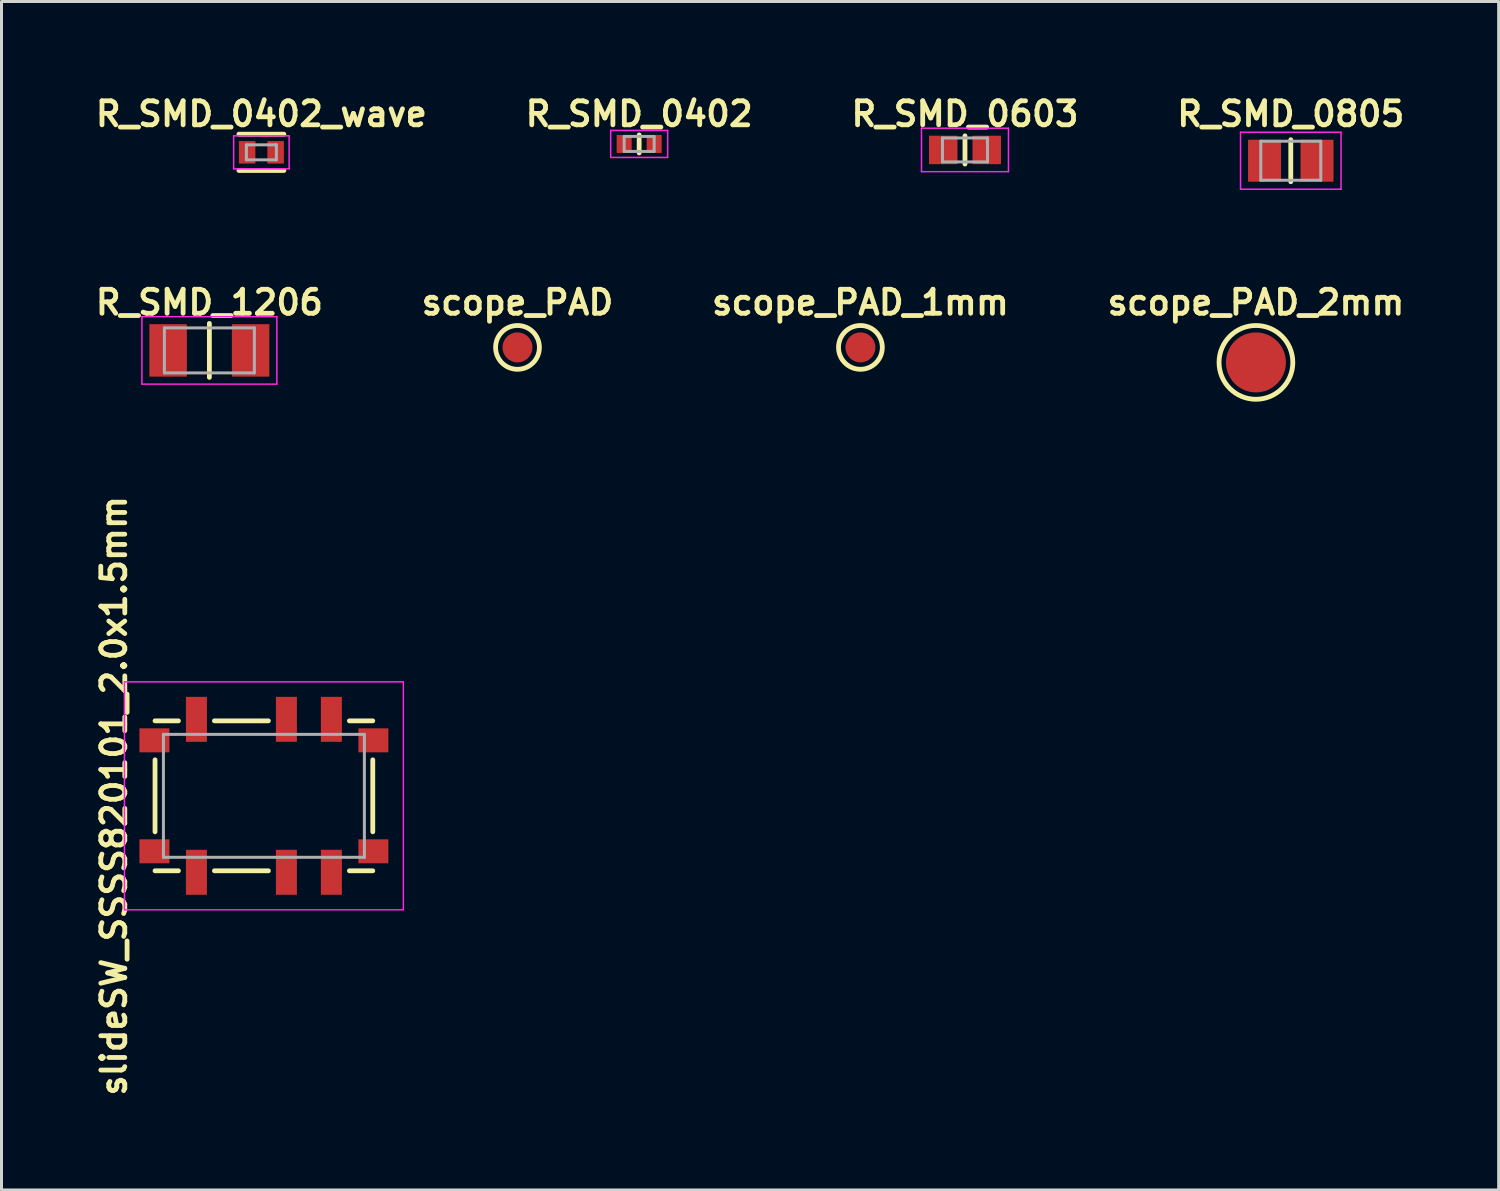
<source format=kicad_pcb>
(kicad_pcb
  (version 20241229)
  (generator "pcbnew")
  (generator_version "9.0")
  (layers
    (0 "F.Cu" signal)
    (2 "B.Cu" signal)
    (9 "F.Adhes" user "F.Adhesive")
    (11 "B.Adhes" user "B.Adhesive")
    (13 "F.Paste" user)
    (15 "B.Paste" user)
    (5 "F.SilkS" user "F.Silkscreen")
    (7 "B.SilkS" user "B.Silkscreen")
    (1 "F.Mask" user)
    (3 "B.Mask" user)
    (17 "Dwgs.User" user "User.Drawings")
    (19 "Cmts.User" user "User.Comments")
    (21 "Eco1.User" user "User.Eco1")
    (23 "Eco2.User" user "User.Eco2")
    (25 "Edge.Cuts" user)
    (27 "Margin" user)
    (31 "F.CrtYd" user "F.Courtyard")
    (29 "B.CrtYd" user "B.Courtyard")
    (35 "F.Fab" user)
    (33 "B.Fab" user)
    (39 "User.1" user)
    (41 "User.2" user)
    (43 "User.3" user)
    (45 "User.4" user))
  (footprint "R_SMD_0402_wave"
    (layer "F.Cu")
    (at 5.19 2.029)
    (property "Reference" "R_SMD_0402_wave" (at 0.475 -1.28 0) (layer "F.SilkS") (effects (font (size 0.8 0.8) (thickness 0.16))))
    (attr through_hole)
    (fp_line (start -0.275 -0.605) (end 1.225 -0.605) (stroke (width 0.16) (type solid)) (layer "F.SilkS"))
    (fp_line (start -0.275 0.605) (end 1.225 0.605) (stroke (width 0.16) (type solid)) (layer "F.SilkS"))
    (fp_line (start -0.45 -0.55) (end 1.4 -0.55) (stroke (width 0.05) (type solid)) (layer "F.CrtYd"))
    (fp_line (start -0.45 0.55) (end -0.45 -0.55) (stroke (width 0.05) (type solid)) (layer "F.CrtYd"))
    (fp_line (start -0.45 0.55) (end 1.4 0.55) (stroke (width 0.05) (type solid)) (layer "F.CrtYd"))
    (fp_line (start 1.4 0.55) (end 1.4 -0.55) (stroke (width 0.05) (type solid)) (layer "F.CrtYd"))
    (fp_line (start -0.025 -0.25) (end 0.975 -0.25) (stroke (width 0.1) (type solid)) (layer "F.Fab"))
    (fp_line (start -0.025 0.25) (end -0.025 -0.25) (stroke (width 0.1) (type solid)) (layer "F.Fab"))
    (fp_line (start -0.025 0.25) (end 0.975 0.25) (stroke (width 0.1) (type solid)) (layer "F.Fab"))
    (fp_line (start 0.975 0.25) (end 0.975 -0.25) (stroke (width 0.1) (type solid)) (layer "F.Fab"))
    (pad "1" smd rect (at 0 0) (size 0.55 0.75) (layers "F.Cu" "F.Mask" "F.Paste"))
    (pad "2" smd rect (at 0.95 0) (size 0.55 0.75) (layers "F.Cu" "F.Mask" "F.Paste")))
  (footprint "R_SMD_0402"
    (layer "F.Cu")
    (at 18.261 1.749)
    (property "Reference" "R_SMD_0402" (at 0 -1 0) (layer "F.SilkS") (effects (font (size 0.8 0.8) (thickness 0.16))))
    (attr through_hole)
    (fp_line (start 0 -0.3) (end 0 0.3) (stroke (width 0.16) (type solid)) (layer "F.SilkS"))
    (fp_line (start -0.95 -0.45) (end 0.95 -0.45) (stroke (width 0.05) (type solid)) (layer "F.CrtYd"))
    (fp_line (start -0.95 0.45) (end -0.95 -0.45) (stroke (width 0.05) (type solid)) (layer "F.CrtYd"))
    (fp_line (start -0.95 0.45) (end 0.95 0.45) (stroke (width 0.05) (type solid)) (layer "F.CrtYd"))
    (fp_line (start 0.95 0.45) (end 0.95 -0.45) (stroke (width 0.05) (type solid)) (layer "F.CrtYd"))
    (fp_line (start -0.5 -0.25) (end 0.5 -0.25) (stroke (width 0.1) (type solid)) (layer "F.Fab"))
    (fp_line (start -0.5 0.25) (end -0.5 -0.25) (stroke (width 0.1) (type solid)) (layer "F.Fab"))
    (fp_line (start -0.5 0.25) (end 0.5 0.25) (stroke (width 0.1) (type solid)) (layer "F.Fab"))
    (fp_line (start 0.5 0.25) (end 0.5 -0.25) (stroke (width 0.1) (type solid)) (layer "F.Fab"))
    (pad "1" smd rect (at -0.5 0) (size 0.5 0.6) (layers "F.Cu" "F.Mask" "F.Paste"))
    (pad "2" smd rect (at 0.5 0) (size 0.5 0.6) (layers "F.Cu" "F.Mask" "F.Paste")))
  (footprint "R_SMD_0805"
    (layer "F.Cu")
    (at 39.987 2.309)
    (property "Reference" "R_SMD_0805" (at 0 -1.56 0) (layer "F.SilkS") (effects (font (size 0.8 0.8) (thickness 0.16))))
    (attr through_hole)
    (fp_line (start 0 -0.7) (end 0 0.7) (stroke (width 0.16) (type solid)) (layer "F.SilkS"))
    (fp_line (start -1.675 0.95) (end -1.675 -0.95) (stroke (width 0.05) (type solid)) (layer "F.CrtYd"))
    (fp_line (start -1.675 0.95) (end 1.675 0.95) (stroke (width 0.05) (type solid)) (layer "F.CrtYd"))
    (fp_line (start 1.675 -0.95) (end -1.675 -0.95) (stroke (width 0.05) (type solid)) (layer "F.CrtYd"))
    (fp_line (start 1.675 -0.95) (end 1.675 0.95) (stroke (width 0.05) (type solid)) (layer "F.CrtYd"))
    (fp_line (start -1 -0.65) (end -1 0.65) (stroke (width 0.1) (type solid)) (layer "F.Fab"))
    (fp_line (start -1 0.65) (end 1 0.65) (stroke (width 0.1) (type solid)) (layer "F.Fab"))
    (fp_line (start 1 -0.65) (end -1 -0.65) (stroke (width 0.1) (type solid)) (layer "F.Fab"))
    (fp_line (start 1 0.65) (end 1 -0.65) (stroke (width 0.1) (type solid)) (layer "F.Fab"))
    (pad "1" smd rect (at -0.875 0) (size 1.1 1.4) (layers "F.Cu" "F.Mask" "F.Paste"))
    (pad "2" smd rect (at 0.875 0) (size 1.1 1.4) (layers "F.Cu" "F.Mask" "F.Paste")))
  (footprint "R_SMD_0603"
    (layer "F.Cu")
    (at 29.124 1.949)
    (property "Reference" "R_SMD_0603" (at 0 -1.2 0) (layer "F.SilkS") (effects (font (size 0.8 0.8) (thickness 0.16))))
    (attr through_hole)
    (fp_line (start 0 -0.47) (end 0 0.47) (stroke (width 0.16) (type solid)) (layer "F.SilkS"))
    (fp_line (start -1.45 -0.725) (end -1.45 0.725) (stroke (width 0.05) (type solid)) (layer "F.CrtYd"))
    (fp_line (start -1.45 -0.725) (end 1.45 -0.725) (stroke (width 0.05) (type solid)) (layer "F.CrtYd"))
    (fp_line (start 1.45 0.725) (end -1.45 0.725) (stroke (width 0.05) (type solid)) (layer "F.CrtYd"))
    (fp_line (start 1.45 0.725) (end 1.45 -0.725) (stroke (width 0.05) (type solid)) (layer "F.CrtYd"))
    (fp_line (start -0.75 -0.4) (end -0.75 0.4) (stroke (width 0.1) (type solid)) (layer "F.Fab"))
    (fp_line (start -0.75 0.4) (end 0.75 0.4) (stroke (width 0.1) (type solid)) (layer "F.Fab"))
    (fp_line (start 0.75 -0.4) (end -0.75 -0.4) (stroke (width 0.1) (type solid)) (layer "F.Fab"))
    (fp_line (start 0.75 0.4) (end 0.75 -0.4) (stroke (width 0.1) (type solid)) (layer "F.Fab"))
    (pad "1" smd rect (at -0.725 0) (size 0.95 0.95) (layers "F.Cu" "F.Mask" "F.Paste"))
    (pad "2" smd rect (at 0.725 0) (size 0.95 0.95) (layers "F.Cu" "F.Mask" "F.Paste")))
  (footprint "slideSW_SSSS820101_2.0x1.5mm"
    (layer "F.Cu")
    (at 5.749 23.484)
    (property "Reference" "slideSW_SSSS820101_2.0x1.5mm" (at -5 0 90) (layer "F.SilkS") (effects (font (size 0.8 0.8) (thickness 0.16))))
    (attr through_hole)
    (fp_line (start -3.63 -2.5) (end -2.85 -2.5) (stroke (width 0.16) (type solid)) (layer "F.SilkS"))
    (fp_line (start -3.63 1.2) (end -3.63 -1.2) (stroke (width 0.16) (type solid)) (layer "F.SilkS"))
    (fp_line (start -3.63 2.5) (end -2.85 2.5) (stroke (width 0.16) (type solid)) (layer "F.SilkS"))
    (fp_line (start 0.15 -2.5) (end -1.65 -2.5) (stroke (width 0.16) (type solid)) (layer "F.SilkS"))
    (fp_line (start 0.15 2.5) (end -1.65 2.5) (stroke (width 0.16) (type solid)) (layer "F.SilkS"))
    (fp_line (start 3.63 -2.5) (end 2.85 -2.5) (stroke (width 0.16) (type solid)) (layer "F.SilkS"))
    (fp_line (start 3.63 -1.2) (end 3.63 1.2) (stroke (width 0.16) (type solid)) (layer "F.SilkS"))
    (fp_line (start 3.63 2.5) (end 2.85 2.5) (stroke (width 0.16) (type solid)) (layer "F.SilkS"))
    (fp_line (start -4.65 -3.8) (end 4.65 -3.8) (stroke (width 0.05) (type solid)) (layer "F.CrtYd"))
    (fp_line (start -4.65 3.8) (end -4.65 -3.8) (stroke (width 0.05) (type solid)) (layer "F.CrtYd"))
    (fp_line (start 4.65 -3.8) (end 4.65 3.8) (stroke (width 0.05) (type solid)) (layer "F.CrtYd"))
    (fp_line (start 4.65 3.8) (end -4.65 3.8) (stroke (width 0.05) (type solid)) (layer "F.CrtYd"))
    (fp_line (start -3.35 -2.05) (end 3.35 -2.05) (stroke (width 0.1) (type solid)) (layer "F.Fab"))
    (fp_line (start -3.35 2.05) (end -3.35 -2.05) (stroke (width 0.1) (type solid)) (layer "F.Fab"))
    (fp_line (start 3.35 -2.05) (end 3.35 2.05) (stroke (width 0.1) (type solid)) (layer "F.Fab"))
    (fp_line (start 3.35 2.05) (end -3.35 2.05) (stroke (width 0.1) (type solid)) (layer "F.Fab"))
    (pad "1" smd rect (at -2.25 -2.55) (size 0.7 1.5) (layers "F.Cu" "F.Mask" "F.Paste"))
    (pad "2" smd rect (at 0.75 -2.55) (size 0.7 1.5) (layers "F.Cu" "F.Mask" "F.Paste"))
    (pad "3" smd rect (at 2.25 -2.55) (size 0.7 1.5) (layers "F.Cu" "F.Mask" "F.Paste"))
    (pad "4" smd rect (at -2.25 2.55) (size 0.7 1.5) (layers "F.Cu" "F.Mask" "F.Paste"))
    (pad "5" smd rect (at 0.75 2.55) (size 0.7 1.5) (layers "F.Cu" "F.Mask" "F.Paste"))
    (pad "6" smd rect (at 2.25 2.55) (size 0.7 1.5) (layers "F.Cu" "F.Mask" "F.Paste"))
    (pad "MP" smd rect (at -3.65 -1.85) (size 1 0.8) (layers "F.Cu" "F.Mask" "F.Paste"))
    (pad "MP" smd rect (at -3.65 1.85) (size 1 0.8) (layers "F.Cu" "F.Mask" "F.Paste"))
    (pad "MP" smd rect (at 3.65 -1.85) (size 1 0.8) (layers "F.Cu" "F.Mask" "F.Paste"))
    (pad "MP" smd rect (at 3.65 1.85) (size 1 0.8) (layers "F.Cu" "F.Mask" "F.Paste")))
  (footprint "scope_PAD"
    (layer "F.Cu")
    (at 14.204 8.533)
    (property "Reference" "scope_PAD" (at 0 -1.5 0) (layer "F.SilkS") (effects (font (size 0.8 0.8) (thickness 0.16))))
    (attr through_hole)
    (fp_circle (center 0 0) (end 0.73 0) (stroke (width 0.16) (type solid)) (fill no) (layer "F.SilkS"))
    (pad "1" smd circle (at 0 0) (size 1 1) (layers "F.Cu" "F.Mask")))
  (footprint "scope_PAD_2mm"
    (layer "F.Cu")
    (at 38.825 9.033)
    (property "Reference" "scope_PAD_2mm" (at 0 -2 0) (layer "F.SilkS") (effects (font (size 0.8 0.8) (thickness 0.16))))
    (attr through_hole)
    (fp_circle (center 0 0) (end 1.23 0) (stroke (width 0.16) (type solid)) (fill no) (layer "F.SilkS"))
    (pad "1" smd circle (at 0 0) (size 2 2) (layers "F.Cu" "F.Mask")))
  (footprint "scope_PAD_1mm"
    (layer "F.Cu")
    (at 25.638 8.533)
    (property "Reference" "scope_PAD_1mm" (at 0 -1.5 0) (layer "F.SilkS") (effects (font (size 0.8 0.8) (thickness 0.16))))
    (attr through_hole)
    (fp_circle (center 0 0) (end 0.73 0) (stroke (width 0.16) (type solid)) (fill no) (layer "F.SilkS"))
    (pad "1" smd circle (at 0 0) (size 1 1) (layers "F.Cu" "F.Mask")))
  (footprint "R_SMD_1206"
    (layer "F.Cu")
    (at 3.931 8.633)
    (property "Reference" "R_SMD_1206" (at 0 -1.6 0) (layer "F.SilkS") (effects (font (size 0.8 0.8) (thickness 0.16))))
    (attr through_hole)
    (fp_line (start 0 -0.9) (end 0 0.9) (stroke (width 0.16) (type solid)) (layer "F.SilkS"))
    (fp_line (start -2.25 -1.125) (end 2.25 -1.125) (stroke (width 0.05) (type solid)) (layer "F.CrtYd"))
    (fp_line (start -2.25 1.125) (end -2.25 -1.125) (stroke (width 0.05) (type solid)) (layer "F.CrtYd"))
    (fp_line (start 2.25 1.125) (end -2.25 1.125) (stroke (width 0.05) (type solid)) (layer "F.CrtYd"))
    (fp_line (start 2.25 1.125) (end 2.25 -1.125) (stroke (width 0.05) (type solid)) (layer "F.CrtYd"))
    (fp_line (start -1.5 -0.75) (end -1.5 0.75) (stroke (width 0.1) (type solid)) (layer "F.Fab"))
    (fp_line (start -1.5 0.75) (end 1.5 0.75) (stroke (width 0.1) (type solid)) (layer "F.Fab"))
    (fp_line (start 1.5 -0.75) (end -1.5 -0.75) (stroke (width 0.1) (type solid)) (layer "F.Fab"))
    (fp_line (start 1.5 0.75) (end 1.5 -0.75) (stroke (width 0.1) (type solid)) (layer "F.Fab"))
    (pad "1" smd rect (at -1.375 0) (size 1.25 1.75) (layers "F.Cu" "F.Mask" "F.Paste"))
    (pad "2" smd rect (at 1.375 0) (size 1.25 1.75) (layers "F.Cu" "F.Mask" "F.Paste")))
  (gr_rect
    (start -3 -3)
    (end 46.918 36.625)
    (stroke (width 0.1) (type default))
    (fill no)
    (layer "Edge.Cuts")))
</source>
